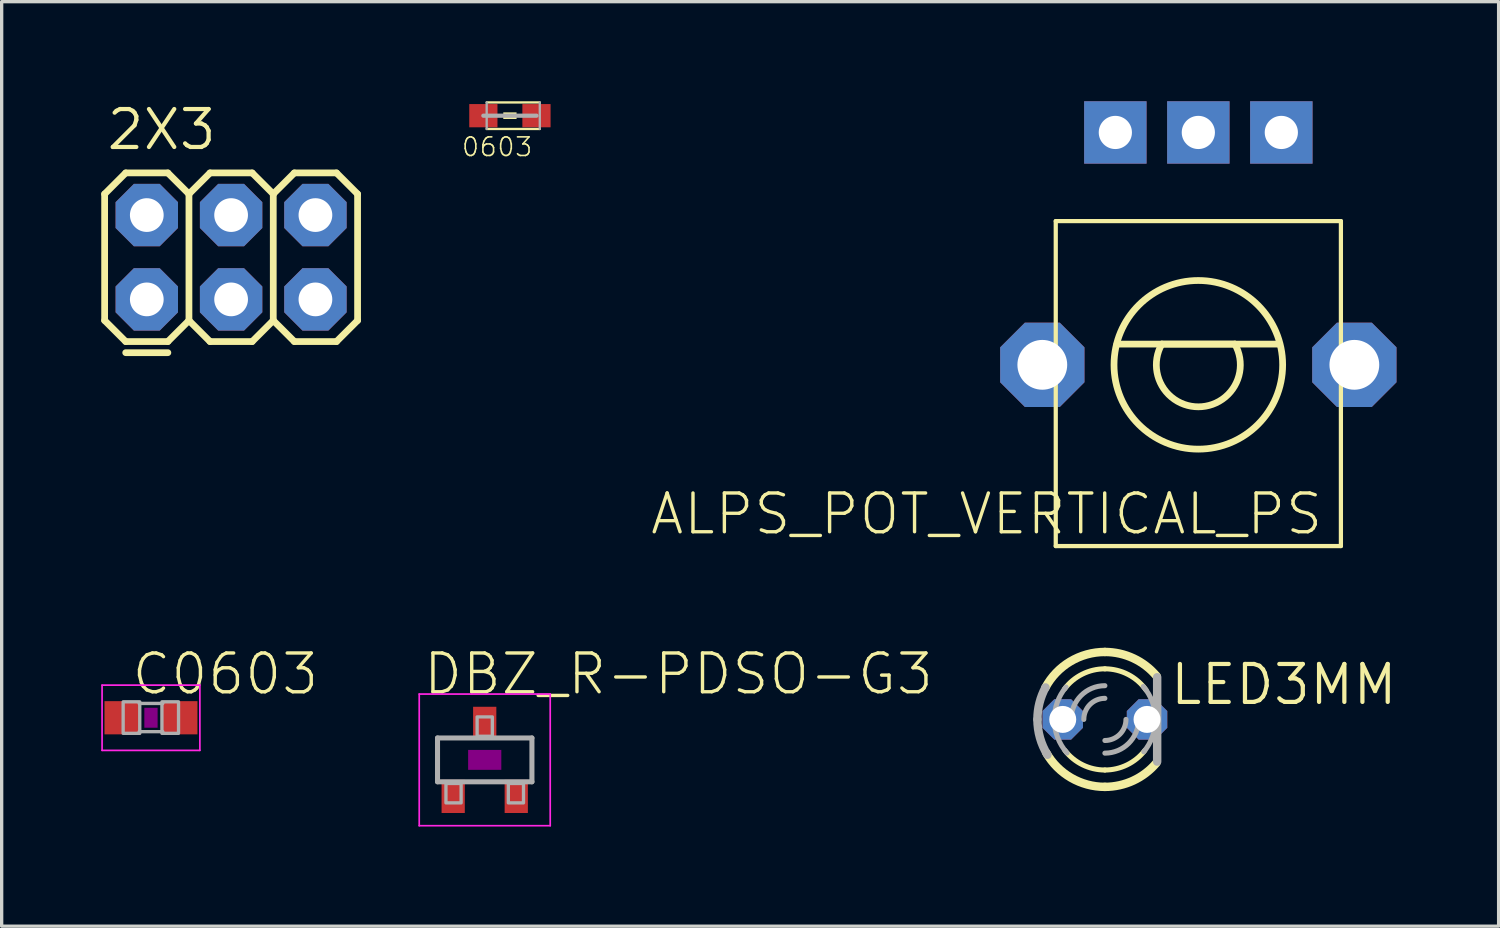
<source format=kicad_pcb>
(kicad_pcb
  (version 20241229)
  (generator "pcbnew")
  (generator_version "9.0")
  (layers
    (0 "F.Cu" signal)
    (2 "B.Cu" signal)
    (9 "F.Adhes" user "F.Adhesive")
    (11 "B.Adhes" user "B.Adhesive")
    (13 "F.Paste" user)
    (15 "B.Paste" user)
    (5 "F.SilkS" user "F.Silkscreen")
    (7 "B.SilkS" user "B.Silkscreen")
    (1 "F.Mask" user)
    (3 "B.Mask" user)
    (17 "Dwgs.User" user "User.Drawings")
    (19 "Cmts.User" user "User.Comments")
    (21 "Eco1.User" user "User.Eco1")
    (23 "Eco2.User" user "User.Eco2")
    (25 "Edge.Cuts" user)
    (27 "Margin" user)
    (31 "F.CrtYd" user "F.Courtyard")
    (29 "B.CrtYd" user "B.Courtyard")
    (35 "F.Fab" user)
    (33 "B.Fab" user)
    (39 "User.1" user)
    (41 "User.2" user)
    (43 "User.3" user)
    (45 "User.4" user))
  (footprint "DBZ_R-PDSO-G3"
    (layer "F.Cu")
    (at 11.552 19.841)
    (property "Reference" "DBZ_R-PDSO-G3" (at -1.905 -1.905 0) (unlocked yes) (layer "F.SilkS") (effects (font (size 1.168 1.168) (thickness 0.102)) (justify left bottom)))
    (fp_poly (pts (xy -0.5 0.3) (xy 0.5 0.3) (xy 0.5 -0.3) (xy -0.5 -0.3)) (stroke (width 0) (type default)) (fill yes) (layer "F.Adhes"))
    (fp_line (start -1.973 -1.983) (end 1.973 -1.983) (stroke (width 0.051) (type solid)) (layer "F.CrtYd"))
    (fp_line (start -1.973 1.983) (end -1.973 -1.983) (stroke (width 0.051) (type solid)) (layer "F.CrtYd"))
    (fp_line (start 1.973 -1.983) (end 1.973 1.983) (stroke (width 0.051) (type solid)) (layer "F.CrtYd"))
    (fp_line (start 1.973 1.983) (end -1.973 1.983) (stroke (width 0.051) (type solid)) (layer "F.CrtYd"))
    (fp_line (start -1.422 -0.66) (end 1.422 -0.66) (stroke (width 0.152) (type solid)) (layer "F.Fab"))
    (fp_line (start -1.422 0.66) (end -1.422 -0.66) (stroke (width 0.152) (type solid)) (layer "F.Fab"))
    (fp_line (start 1.422 -0.66) (end 1.422 0.66) (stroke (width 0.152) (type solid)) (layer "F.Fab"))
    (fp_line (start 1.422 0.66) (end -1.422 0.66) (stroke (width 0.152) (type solid)) (layer "F.Fab"))
    (fp_poly (pts (xy -1.168 1.295) (xy -0.711 1.295) (xy -0.711 0.711) (xy -1.168 0.711)) (stroke (width 0.1) (type default)) (fill no) (layer "F.Fab"))
    (fp_poly (pts (xy -0.229 -0.711) (xy 0.229 -0.711) (xy 0.229 -1.295) (xy -0.229 -1.295)) (stroke (width 0.1) (type default)) (fill no) (layer "F.Fab"))
    (fp_poly (pts (xy 0.711 1.295) (xy 1.168 1.295) (xy 1.168 0.711) (xy 0.711 0.711)) (stroke (width 0.1) (type default)) (fill no) (layer "F.Fab"))
    (pad "1" smd rect (at -0.95 1.1) (size 0.7 1) (layers "F.Cu" "F.Mask" "F.Paste"))
    (pad "2" smd rect (at 0.95 1.1) (size 0.7 1) (layers "F.Cu" "F.Mask" "F.Paste"))
    (pad "3" smd rect (at 0 -1.1) (size 0.7 1) (layers "F.Cu" "F.Mask" "F.Paste")))
  (footprint "2X3"
    (layer "F.Cu")
    (at 1.372 5.969)
    (property "Reference" "2X3" (at -1.27 -4.445 0) (unlocked yes) (layer "F.SilkS") (effects (font (size 1.143 1.143) (thickness 0.127)) (justify left bottom)))
    (fp_line (start -1.27 -3.175) (end -0.635 -3.81) (stroke (width 0.203) (type solid)) (layer "F.SilkS"))
    (fp_line (start -1.27 0.635) (end -1.27 -3.175) (stroke (width 0.203) (type solid)) (layer "F.SilkS"))
    (fp_line (start -1.27 0.635) (end -0.635 1.27) (stroke (width 0.203) (type solid)) (layer "F.SilkS"))
    (fp_line (start -0.635 -3.81) (end 0.635 -3.81) (stroke (width 0.203) (type solid)) (layer "F.SilkS"))
    (fp_line (start -0.635 1.27) (end 0.635 1.27) (stroke (width 0.203) (type solid)) (layer "F.SilkS"))
    (fp_line (start 0.635 -3.81) (end 1.27 -3.175) (stroke (width 0.203) (type solid)) (layer "F.SilkS"))
    (fp_line (start 0.635 1.27) (end 1.27 0.635) (stroke (width 0.203) (type solid)) (layer "F.SilkS"))
    (fp_line (start 0.635 1.605) (end -0.635 1.605) (stroke (width 0.203) (type solid)) (layer "F.SilkS"))
    (fp_line (start 1.27 -3.175) (end 1.27 0.635) (stroke (width 0.203) (type solid)) (layer "F.SilkS"))
    (fp_line (start 1.27 -3.175) (end 1.905 -3.81) (stroke (width 0.203) (type solid)) (layer "F.SilkS"))
    (fp_line (start 1.27 0.635) (end 1.905 1.27) (stroke (width 0.203) (type solid)) (layer "F.SilkS"))
    (fp_line (start 1.905 -3.81) (end 3.175 -3.81) (stroke (width 0.203) (type solid)) (layer "F.SilkS"))
    (fp_line (start 1.905 1.27) (end 3.175 1.27) (stroke (width 0.203) (type solid)) (layer "F.SilkS"))
    (fp_line (start 3.175 -3.81) (end 3.81 -3.175) (stroke (width 0.203) (type solid)) (layer "F.SilkS"))
    (fp_line (start 3.175 1.27) (end 3.81 0.635) (stroke (width 0.203) (type solid)) (layer "F.SilkS"))
    (fp_line (start 3.81 -3.175) (end 3.81 0.635) (stroke (width 0.203) (type solid)) (layer "F.SilkS"))
    (fp_line (start 3.81 -3.175) (end 4.445 -3.81) (stroke (width 0.203) (type solid)) (layer "F.SilkS"))
    (fp_line (start 3.81 0.635) (end 4.445 1.27) (stroke (width 0.203) (type solid)) (layer "F.SilkS"))
    (fp_line (start 4.445 -3.81) (end 5.715 -3.81) (stroke (width 0.203) (type solid)) (layer "F.SilkS"))
    (fp_line (start 4.445 1.27) (end 5.715 1.27) (stroke (width 0.203) (type solid)) (layer "F.SilkS"))
    (fp_line (start 5.715 -3.81) (end 6.35 -3.175) (stroke (width 0.203) (type solid)) (layer "F.SilkS"))
    (fp_line (start 5.715 1.27) (end 6.35 0.635) (stroke (width 0.203) (type solid)) (layer "F.SilkS"))
    (fp_line (start 6.35 -3.175) (end 6.35 0.635) (stroke (width 0.203) (type solid)) (layer "F.SilkS"))
    (fp_poly (pts (xy -0.254 -2.286) (xy 0.254 -2.286) (xy 0.254 -2.794) (xy -0.254 -2.794)) (stroke (width 0.1) (type default)) (fill no) (layer "F.Fab"))
    (fp_poly (pts (xy -0.254 0.254) (xy 0.254 0.254) (xy 0.254 -0.254) (xy -0.254 -0.254)) (stroke (width 0.1) (type default)) (fill no) (layer "F.Fab"))
    (fp_poly (pts (xy 2.286 -2.286) (xy 2.794 -2.286) (xy 2.794 -2.794) (xy 2.286 -2.794)) (stroke (width 0.1) (type default)) (fill no) (layer "F.Fab"))
    (fp_poly (pts (xy 2.286 0.254) (xy 2.794 0.254) (xy 2.794 -0.254) (xy 2.286 -0.254)) (stroke (width 0.1) (type default)) (fill no) (layer "F.Fab"))
    (fp_poly (pts (xy 4.826 -2.286) (xy 5.334 -2.286) (xy 5.334 -2.794) (xy 4.826 -2.794)) (stroke (width 0.1) (type default)) (fill no) (layer "F.Fab"))
    (fp_poly (pts (xy 4.826 0.254) (xy 5.334 0.254) (xy 5.334 -0.254) (xy 4.826 -0.254)) (stroke (width 0.1) (type default)) (fill no) (layer "F.Fab"))
    (pad "1" thru_hole roundrect (at 0 0) (size 1.88 1.88) (drill 1.016) (layers "*.Cu" "*.Mask") (roundrect_rratio 0.25) (chamfer_ratio 0.293) (chamfer top_left top_right bottom_left bottom_right))
    (pad "2" thru_hole roundrect (at 0 -2.54) (size 1.88 1.88) (drill 1.016) (layers "*.Cu" "*.Mask") (roundrect_rratio 0.25) (chamfer_ratio 0.293) (chamfer top_left top_right bottom_left bottom_right))
    (pad "3" thru_hole roundrect (at 2.54 0) (size 1.88 1.88) (drill 1.016) (layers "*.Cu" "*.Mask") (roundrect_rratio 0.25) (chamfer_ratio 0.293) (chamfer top_left top_right bottom_left bottom_right))
    (pad "4" thru_hole roundrect (at 2.54 -2.54) (size 1.88 1.88) (drill 1.016) (layers "*.Cu" "*.Mask") (roundrect_rratio 0.25) (chamfer_ratio 0.293) (chamfer top_left top_right bottom_left bottom_right))
    (pad "5" thru_hole roundrect (at 5.08 0) (size 1.88 1.88) (drill 1.016) (layers "*.Cu" "*.Mask") (roundrect_rratio 0.25) (chamfer_ratio 0.293) (chamfer top_left top_right bottom_left bottom_right))
    (pad "6" thru_hole roundrect (at 5.08 -2.54) (size 1.88 1.88) (drill 1.016) (layers "*.Cu" "*.Mask") (roundrect_rratio 0.25) (chamfer_ratio 0.293) (chamfer top_left top_right bottom_left bottom_right)))
  (footprint "C0603"
    (layer "F.Cu")
    (at 1.498 18.572)
    (property "Reference" "C0603" (at -0.635 -0.635 0) (unlocked yes) (layer "F.SilkS") (effects (font (size 1.168 1.168) (thickness 0.102)) (justify left bottom)))
    (fp_poly (pts (xy -0.2 0.3) (xy 0.2 0.3) (xy 0.2 -0.3) (xy -0.2 -0.3)) (stroke (width 0) (type default)) (fill yes) (layer "F.Adhes"))
    (fp_line (start -1.473 -0.983) (end 1.473 -0.983) (stroke (width 0.051) (type solid)) (layer "F.CrtYd"))
    (fp_line (start -1.473 0.983) (end -1.473 -0.983) (stroke (width 0.051) (type solid)) (layer "F.CrtYd"))
    (fp_line (start 1.473 -0.983) (end 1.473 0.983) (stroke (width 0.051) (type solid)) (layer "F.CrtYd"))
    (fp_line (start 1.473 0.983) (end -1.473 0.983) (stroke (width 0.051) (type solid)) (layer "F.CrtYd"))
    (fp_line (start -0.356 -0.432) (end 0.356 -0.432) (stroke (width 0.102) (type solid)) (layer "F.Fab"))
    (fp_line (start -0.356 0.419) (end 0.356 0.419) (stroke (width 0.102) (type solid)) (layer "F.Fab"))
    (fp_poly (pts (xy -0.838 0.47) (xy -0.338 0.47) (xy -0.338 -0.48) (xy -0.838 -0.48)) (stroke (width 0.1) (type default)) (fill no) (layer "F.Fab"))
    (fp_poly (pts (xy 0.33 0.47) (xy 0.83 0.47) (xy 0.83 -0.48) (xy 0.33 -0.48)) (stroke (width 0.1) (type default)) (fill no) (layer "F.Fab"))
    (pad "1" smd rect (at -0.85 0) (size 1.1 1) (layers "F.Cu" "F.Mask" "F.Paste"))
    (pad "2" smd rect (at 0.85 0) (size 1.1 1) (layers "F.Cu" "F.Mask" "F.Paste")))
  (footprint "0603"
    (layer "F.Cu")
    (at 12.411 0.435)
    (property "Reference" "0603" (at -1.587 1.27 0) (unlocked yes) (layer "F.SilkS") (effects (font (size 0.561 0.561) (thickness 0.049)) (justify left bottom)))
    (fp_line (start -0.8 -0.4) (end 0.8 -0.4) (stroke (width 0.07) (type solid)) (layer "F.SilkS"))
    (fp_line (start 0.8 0.4) (end -0.8 0.4) (stroke (width 0.07) (type solid)) (layer "F.SilkS"))
    (fp_poly (pts (xy -0.3 0.1) (xy 0.1 0.1) (xy 0.1 -0.1) (xy -0.3 -0.1)) (stroke (width 0) (type default)) (fill yes) (layer "F.SilkS"))
    (fp_line (start -0.9 0) (end 0.7 0) (stroke (width 0.127) (type solid)) (layer "F.Fab"))
    (fp_line (start -0.8 0.4) (end -0.8 -0.4) (stroke (width 0.07) (type solid)) (layer "F.Fab"))
    (fp_line (start 0.8 -0.4) (end 0.8 0.4) (stroke (width 0.07) (type solid)) (layer "F.Fab"))
    (pad "1" smd rect (at -0.9 0) (size 0.85 0.7) (layers "F.Cu" "F.Mask" "F.Paste"))
    (pad "2" smd rect (at 0.7 0) (size 0.85 0.7) (layers "F.Cu" "F.Mask" "F.Paste")))
  (footprint "LED3MM"
    (layer "F.Cu")
    (at 30.234 18.622)
    (property "Reference" "LED3MM" (at 1.905 -0.381 0) (unlocked yes) (layer "F.SilkS") (effects (font (size 1.143 1.143) (thickness 0.127)) (justify left bottom)))
    (fp_arc (start -1.7929 -0.9562) (mid -1.045438 -1.7424) (end 0 -2.032) (stroke (width 0.254) (type solid)) (layer "F.SilkS"))
    (fp_arc (start -1.2192 -0.9144) (mid -0.681554 -1.363107) (end 0 -1.524) (stroke (width 0.1524) (type solid)) (layer "F.SilkS"))
    (fp_arc (start 0 -2.032) (mid 0.861864 -1.840173) (end 1.561 -1.3009) (stroke (width 0.254) (type solid)) (layer "F.SilkS"))
    (fp_arc (start 0 -1.524) (mid 0.697339 -1.355082) (end 1.2401 -0.885801) (stroke (width 0.1524) (type solid)) (layer "F.SilkS"))
    (fp_arc (start 0 1.524) (mid -0.669593 1.369018) (end -1.203 0.9356) (stroke (width 0.1524) (type solid)) (layer "F.SilkS"))
    (fp_arc (start 0 2.032) (mid -1.019924 1.757525) (end -1.7643 1.0082) (stroke (width 0.254) (type solid)) (layer "F.SilkS"))
    (fp_arc (start 1.203 0.9356) (mid 0.669593 1.369018) (end 0 1.524) (stroke (width 0.1524) (type solid)) (layer "F.SilkS"))
    (fp_arc (start 1.5512 1.3126) (mid 0.854953 1.843405) (end 0 2.032) (stroke (width 0.254) (type solid)) (layer "F.SilkS"))
    (fp_line (start 1.575 1.27) (end 1.575 -1.27) (stroke (width 0.254) (type solid)) (layer "F.Fab"))
    (fp_arc (start -2.032 0) (mid -1.970339 -0.496775) (end -1.7891 -0.9634) (stroke (width 0.254) (type solid)) (layer "F.Fab"))
    (fp_arc (start -1.7306 1.065) (mid -1.95521 0.553417) (end -2.032 0) (stroke (width 0.254) (type solid)) (layer "F.Fab"))
    (fp_arc (start -1.524 0) (mid -1.432981 -0.518783) (end -1.1708 -0.9756) (stroke (width 0.1524) (type solid)) (layer "F.Fab"))
    (fp_arc (start -1.1391 1.0125) (mid -1.42454 0.5416) (end -1.524 0) (stroke (width 0.1524) (type solid)) (layer "F.Fab"))
    (fp_arc (start -1.016 0) (mid -0.71842 -0.71842) (end 0 -1.016) (stroke (width 0.1524) (type solid)) (layer "F.Fab"))
    (fp_arc (start -0.635 0) (mid -0.449013 -0.449013) (end 0 -0.635) (stroke (width 0.1524) (type solid)) (layer "F.Fab"))
    (fp_arc (start 0.635 0) (mid 0.449013 0.449013) (end 0 0.635) (stroke (width 0.1524) (type solid)) (layer "F.Fab"))
    (fp_arc (start 1.016 0) (mid 0.71842 0.71842) (end 0 1.016) (stroke (width 0.1524) (type solid)) (layer "F.Fab"))
    (fp_arc (start 1.1571 -0.9918) (mid 1.429332 -0.528744) (end 1.524 0) (stroke (width 0.1524) (type solid)) (layer "F.Fab"))
    (fp_arc (start 1.524 0) (mid 1.432981 0.518783) (end 1.1708 0.9756) (stroke (width 0.1524) (type solid)) (layer "F.Fab"))
    (pad "A" thru_hole roundrect (at -1.27 0) (size 1.219 1.219) (drill 0.813) (layers "*.Cu" "*.Mask") (roundrect_rratio 0.25) (chamfer_ratio 0.293) (chamfer top_left top_right bottom_left bottom_right))
    (pad "K" thru_hole roundrect (at 1.27 0) (size 1.219 1.219) (drill 0.813) (layers "*.Cu" "*.Mask") (roundrect_rratio 0.25) (chamfer_ratio 0.293) (chamfer top_left top_right bottom_left bottom_right)))
  (footprint "ALPS_POT_VERTICAL_PS"
    (layer "F.Cu")
    (at 33.049 7.94)
    (property "Reference" "ALPS_POT_VERTICAL_PS" (at 3.81 3.81 0) (unlocked yes) (layer "F.SilkS") (effects (font (size 1.168 1.168) (thickness 0.102)) (justify right top)))
    (fp_line (start -4.295 -4.33) (end 4.295 -4.33) (stroke (width 0.127) (type solid)) (layer "F.SilkS"))
    (fp_line (start -4.295 5.46) (end -4.295 -4.33) (stroke (width 0.127) (type solid)) (layer "F.SilkS"))
    (fp_line (start -2.45 -0.625) (end 2.425 -0.625) (stroke (width 0.203) (type solid)) (layer "F.SilkS"))
    (fp_line (start -1.1 -0.625) (end 1.1 -0.625) (stroke (width 0.203) (type solid)) (layer "F.SilkS"))
    (fp_line (start 4.295 -4.33) (end 4.295 5.46) (stroke (width 0.127) (type solid)) (layer "F.SilkS"))
    (fp_line (start 4.295 5.46) (end -4.295 5.46) (stroke (width 0.127) (type solid)) (layer "F.SilkS"))
    (fp_arc (start 1.1 -0.625) (mid 0 1.265158) (end -1.1 -0.625) (stroke (width 0.2032) (type solid)) (layer "F.SilkS"))
    (fp_circle (center 0 0) (end 2.54 0) (stroke (width 0.203) (type solid)) (fill no) (layer "F.SilkS"))
    (pad "P$1" thru_hole rect (at -2.5 -7 270) (size 1.88 1.88) (drill 1) (layers "*.Cu" "*.Mask"))
    (pad "P$2" thru_hole rect (at 0 -7 270) (size 1.88 1.88) (drill 1) (layers "*.Cu" "*.Mask"))
    (pad "P$3" thru_hole rect (at 2.5 -7 270) (size 1.88 1.88) (drill 1) (layers "*.Cu" "*.Mask"))
    (pad "P$4" thru_hole roundrect (at -4.7 0 270) (size 2.54 2.54) (drill 1.5) (layers "*.Cu" "*.Mask") (roundrect_rratio 0.25) (chamfer_ratio 0.293) (chamfer top_left top_right bottom_left bottom_right))
    (pad "P$5" thru_hole roundrect (at 4.7 0 270) (size 2.54 2.54) (drill 1.5) (layers "*.Cu" "*.Mask") (roundrect_rratio 0.25) (chamfer_ratio 0.293) (chamfer top_left top_right bottom_left bottom_right)))
  (gr_rect
    (start -3 -3)
    (end 42.095 24.85)
    (stroke (width 0.1) (type default))
    (fill no)
    (layer "Edge.Cuts")))
</source>
